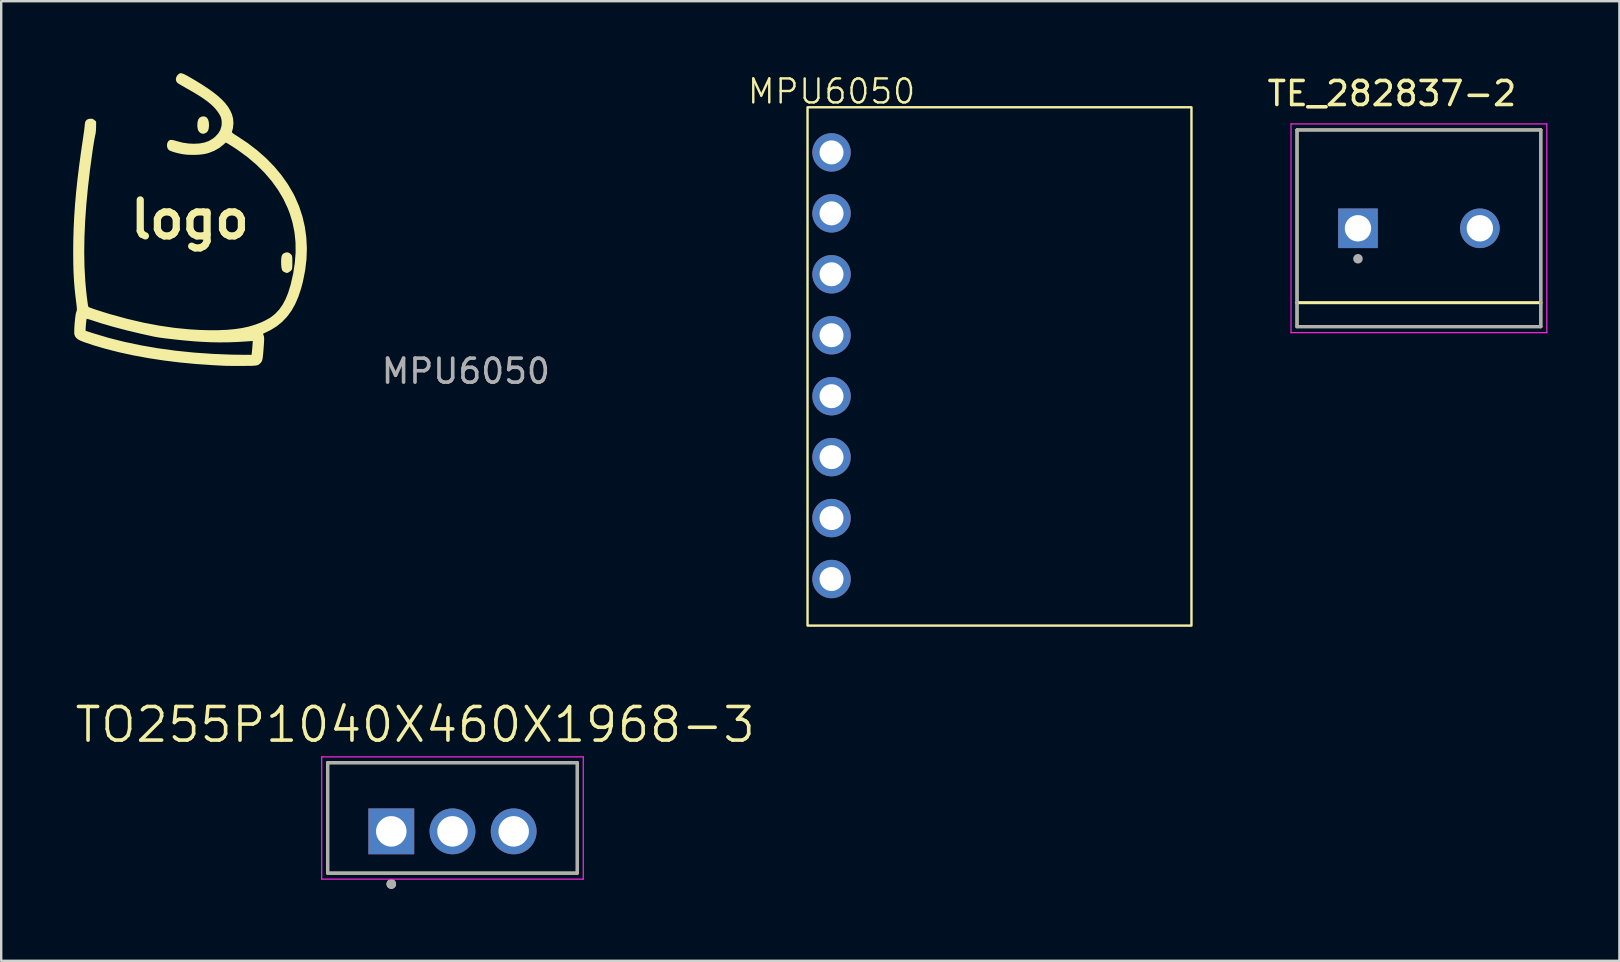
<source format=kicad_pcb>
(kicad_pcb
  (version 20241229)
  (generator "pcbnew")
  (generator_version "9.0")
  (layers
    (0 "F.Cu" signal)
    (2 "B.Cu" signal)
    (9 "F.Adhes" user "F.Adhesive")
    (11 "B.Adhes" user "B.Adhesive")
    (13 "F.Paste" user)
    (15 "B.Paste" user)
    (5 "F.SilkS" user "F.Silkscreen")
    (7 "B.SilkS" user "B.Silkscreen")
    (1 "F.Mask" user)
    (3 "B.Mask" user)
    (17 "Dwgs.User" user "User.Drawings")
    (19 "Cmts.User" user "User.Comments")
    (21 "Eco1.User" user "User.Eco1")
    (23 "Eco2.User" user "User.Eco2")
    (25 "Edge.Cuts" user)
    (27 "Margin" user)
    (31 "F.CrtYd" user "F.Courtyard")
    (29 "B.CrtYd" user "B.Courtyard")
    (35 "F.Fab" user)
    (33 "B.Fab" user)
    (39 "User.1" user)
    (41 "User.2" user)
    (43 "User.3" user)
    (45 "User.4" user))
  (footprint "TO255P1040X460X1968-3"
    (layer "F.Cu")
    (at 13.257 31.597)
    (property "Reference" "TO255P1040X460X1968-3" (at 0.995 -4.444 0) (layer "F.SilkS") (effects (font (size 1.4 1.4) (thickness 0.15))))
    (attr through_hole)
    (fp_line (start -2.65 -2.86) (end 7.75 -2.86) (stroke (width 0.127) (type solid)) (layer "F.SilkS"))
    (fp_line (start -2.65 1.74) (end -2.65 -2.86) (stroke (width 0.127) (type solid)) (layer "F.SilkS"))
    (fp_line (start 7.75 -2.86) (end 7.75 1.74) (stroke (width 0.127) (type solid)) (layer "F.SilkS"))
    (fp_line (start 7.75 1.74) (end -2.65 1.74) (stroke (width 0.127) (type solid)) (layer "F.SilkS"))
    (fp_circle (center 0 2.195) (end 0.1 2.195) (stroke (width 0.2) (type solid)) (fill no) (layer "F.SilkS"))
    (fp_line (start -2.9 -3.106) (end 8 -3.106) (stroke (width 0.05) (type solid)) (layer "F.CrtYd"))
    (fp_line (start -2.9 1.99) (end -2.9 -3.106) (stroke (width 0.05) (type solid)) (layer "F.CrtYd"))
    (fp_line (start 8 -3.106) (end 8 1.99) (stroke (width 0.05) (type solid)) (layer "F.CrtYd"))
    (fp_line (start 8 1.99) (end -2.9 1.99) (stroke (width 0.05) (type solid)) (layer "F.CrtYd"))
    (fp_line (start -2.65 -2.86) (end 7.75 -2.86) (stroke (width 0.127) (type solid)) (layer "F.Fab"))
    (fp_line (start -2.65 1.74) (end -2.65 -2.86) (stroke (width 0.127) (type solid)) (layer "F.Fab"))
    (fp_line (start 7.75 -2.86) (end 7.75 1.74) (stroke (width 0.127) (type solid)) (layer "F.Fab"))
    (fp_line (start 7.75 1.74) (end -2.65 1.74) (stroke (width 0.127) (type solid)) (layer "F.Fab"))
    (fp_circle (center 0 2.195) (end 0.1 2.195) (stroke (width 0.2) (type solid)) (fill no) (layer "F.Fab"))
    (pad "1" thru_hole rect (at 0 0) (size 1.91 1.91) (drill 1.27) (layers "*.Cu" "*.Mask"))
    (pad "2" thru_hole circle (at 2.55 0) (size 1.91 1.91) (drill 1.27) (layers "*.Cu" "*.Mask"))
    (pad "3" thru_hole circle (at 5.1 0) (size 1.91 1.91) (drill 1.27) (layers "*.Cu" "*.Mask")))
  (footprint "MPU6050"
    (layer "F.Cu")
    (at 31.604 10.921)
    (property "Reference" "MPU6050" (at 0 -10.16 0) (unlocked yes) (layer "F.SilkS") (effects (font (size 1 1) (thickness 0.1))))
    (attr smd)
    (fp_rect (start -1 -9.5) (end 15 12.1) (stroke (width 0.1) (type default)) (fill no) (layer "F.SilkS"))
    (fp_text user "${REFERENCE}" (at -15.24 1.5 0) (unlocked yes) (layer "F.Fab") (effects (font (size 1 1) (thickness 0.15))))
    (pad "1" thru_hole circle (at 0 -7.62) (size 1.6 1.6) (drill 1) (layers "*.Cu" "*.Mask"))
    (pad "2" thru_hole circle (at 0 -5.08) (size 1.6 1.6) (drill 1) (layers "*.Cu" "*.Mask"))
    (pad "3" thru_hole circle (at 0 -2.54) (size 1.6 1.6) (drill 1) (layers "*.Cu" "*.Mask"))
    (pad "4" thru_hole circle (at 0 0) (size 1.6 1.6) (drill 1) (layers "*.Cu" "*.Mask"))
    (pad "5" thru_hole circle (at 0 2.54) (size 1.6 1.6) (drill 1) (layers "*.Cu" "*.Mask"))
    (pad "6" thru_hole circle (at 0 5.08) (size 1.6 1.6) (drill 1) (layers "*.Cu" "*.Mask"))
    (pad "7" thru_hole circle (at 0 7.62) (size 1.6 1.6) (drill 1) (layers "*.Cu" "*.Mask"))
    (pad "8" thru_hole circle (at 0 10.16) (size 1.6 1.6) (drill 1) (layers "*.Cu" "*.Mask")))
  (footprint "TE_282837-2"
    (layer "F.Cu")
    (at 56.083 6.464)
    (property "Reference" "TE_282837-2" (at -1.127 -5.615 0) (layer "F.SilkS") (effects (font (size 1.002 1.002) (thickness 0.15))))
    (attr through_hole)
    (fp_line (start -5.08 -4.1) (end 5.08 -4.1) (stroke (width 0.127) (type solid)) (layer "F.SilkS"))
    (fp_line (start -5.08 3.1) (end -5.08 -4.1) (stroke (width 0.127) (type solid)) (layer "F.SilkS"))
    (fp_line (start -5.08 3.1) (end 5.08 3.1) (stroke (width 0.127) (type solid)) (layer "F.SilkS"))
    (fp_line (start -5.08 4.1) (end -5.08 3.1) (stroke (width 0.127) (type solid)) (layer "F.SilkS"))
    (fp_line (start 5.08 -4.1) (end 5.08 3.1) (stroke (width 0.127) (type solid)) (layer "F.SilkS"))
    (fp_line (start 5.08 3.1) (end 5.08 4.1) (stroke (width 0.127) (type solid)) (layer "F.SilkS"))
    (fp_line (start 5.08 4.1) (end -5.08 4.1) (stroke (width 0.127) (type solid)) (layer "F.SilkS"))
    (fp_line (start -5.33 -4.35) (end 5.33 -4.35) (stroke (width 0.05) (type solid)) (layer "F.CrtYd"))
    (fp_line (start -5.33 4.35) (end -5.33 -4.35) (stroke (width 0.05) (type solid)) (layer "F.CrtYd"))
    (fp_line (start 5.33 -4.35) (end 5.33 4.35) (stroke (width 0.05) (type solid)) (layer "F.CrtYd"))
    (fp_line (start 5.33 4.35) (end -5.33 4.35) (stroke (width 0.05) (type solid)) (layer "F.CrtYd"))
    (fp_line (start -5.08 -4.1) (end 5.08 -4.1) (stroke (width 0.127) (type solid)) (layer "F.Fab"))
    (fp_line (start -5.08 4.1) (end -5.08 -4.1) (stroke (width 0.127) (type solid)) (layer "F.Fab"))
    (fp_line (start 5.08 -4.1) (end 5.08 4.1) (stroke (width 0.127) (type solid)) (layer "F.Fab"))
    (fp_line (start 5.08 4.1) (end -5.08 4.1) (stroke (width 0.127) (type solid)) (layer "F.Fab"))
    (fp_circle (center -2.54 1.27) (end -2.44 1.27) (stroke (width 0.2) (type solid)) (fill no) (layer "F.Fab"))
    (pad "1" thru_hole rect (at -2.54 0) (size 1.65 1.65) (drill 1.1) (layers "*.Cu" "*.Mask"))
    (pad "2" thru_hole circle (at 2.54 0) (size 1.65 1.65) (drill 1.1) (layers "*.Cu" "*.Mask")))
  (footprint "logo"
    (layer "F.Cu")
    (at 4.866 6.103)
    (property "Reference" "logo" (at 0 0 0) (layer "F.SilkS") (effects (font (size 1.5 1.5) (thickness 0.3))))
    (attr board_only exclude_from_pos_files exclude_from_bom)
    (fp_poly (pts (xy 0.627 -4.296) (xy 0.7 -4.254) (xy 0.753 -4.178) (xy 0.785 -4.07) (xy 0.795 -3.931) (xy 0.795 -3.93) (xy 0.783 -3.798) (xy 0.75 -3.699) (xy 0.692 -3.63) (xy 0.61 -3.59) (xy 0.571 -3.581) (xy 0.507 -3.581) (xy 0.445 -3.608) (xy 0.429 -3.618) (xy 0.368 -3.675) (xy 0.33 -3.753) (xy 0.311 -3.859) (xy 0.308 -3.93) (xy 0.316 -4.069) (xy 0.346 -4.173) (xy 0.398 -4.246) (xy 0.473 -4.289) (xy 0.536 -4.303)) (stroke (width 0) (type solid)) (fill yes) (layer "F.SilkS"))
    (fp_poly (pts (xy 4.161 1.401) (xy 4.223 1.46) (xy 4.241 1.487) (xy 4.254 1.517) (xy 4.261 1.559) (xy 4.266 1.62) (xy 4.267 1.71) (xy 4.267 1.787) (xy 4.267 1.898) (xy 4.264 1.977) (xy 4.259 2.031) (xy 4.25 2.068) (xy 4.236 2.096) (xy 4.223 2.113) (xy 4.186 2.148) (xy 4.134 2.184) (xy 4.082 2.213) (xy 4.043 2.225) (xy 4.038 2.224) (xy 4.017 2.218) (xy 3.973 2.202) (xy 3.963 2.199) (xy 3.902 2.171) (xy 3.859 2.132) (xy 3.83 2.074) (xy 3.812 1.992) (xy 3.803 1.879) (xy 3.801 1.832) (xy 3.8 1.691) (xy 3.808 1.583) (xy 3.827 1.505) (xy 3.857 1.449) (xy 3.895 1.413) (xy 3.988 1.369) (xy 4.078 1.365)) (stroke (width 0) (type solid)) (fill yes) (layer "F.SilkS"))
    (fp_poly (pts (xy -0.332 -6.095) (xy -0.271 -6.074) (xy -0.193 -6.037) (xy -0.092 -5.983) (xy 0.035 -5.91) (xy 0.153 -5.841) (xy 0.458 -5.657) (xy 0.725 -5.483) (xy 0.958 -5.318) (xy 1.159 -5.159) (xy 1.329 -5.005) (xy 1.471 -4.853) (xy 1.587 -4.703) (xy 1.678 -4.551) (xy 1.748 -4.396) (xy 1.749 -4.395) (xy 1.799 -4.208) (xy 1.813 -4.011) (xy 1.792 -3.814) (xy 1.748 -3.655) (xy 1.754 -3.634) (xy 1.788 -3.601) (xy 1.852 -3.555) (xy 1.949 -3.493) (xy 1.966 -3.483) (xy 2.4 -3.195) (xy 2.803 -2.887) (xy 3.173 -2.561) (xy 3.51 -2.217) (xy 3.811 -1.857) (xy 4.076 -1.483) (xy 4.304 -1.095) (xy 4.374 -0.956) (xy 4.551 -0.549) (xy 4.689 -0.129) (xy 4.789 0.303) (xy 4.85 0.744) (xy 4.873 1.195) (xy 4.857 1.654) (xy 4.801 2.118) (xy 4.707 2.588) (xy 4.63 2.879) (xy 4.516 3.221) (xy 4.382 3.529) (xy 4.226 3.804) (xy 4.047 4.047) (xy 3.844 4.26) (xy 3.616 4.445) (xy 3.362 4.602) (xy 3.195 4.685) (xy 3.046 4.754) (xy 3.074 4.837) (xy 3.084 4.87) (xy 3.09 4.909) (xy 3.092 4.96) (xy 3.091 5.029) (xy 3.087 5.122) (xy 3.078 5.246) (xy 3.071 5.344) (xy 3.058 5.51) (xy 3.046 5.64) (xy 3.035 5.74) (xy 3.022 5.815) (xy 3.008 5.871) (xy 2.991 5.912) (xy 2.97 5.944) (xy 2.946 5.971) (xy 2.91 6.006) (xy 2.878 6.033) (xy 2.843 6.054) (xy 2.8 6.07) (xy 2.745 6.081) (xy 2.672 6.088) (xy 2.577 6.093) (xy 2.454 6.095) (xy 2.299 6.096) (xy 2.185 6.097) (xy 2.027 6.097) (xy 1.876 6.097) (xy 1.738 6.096) (xy 1.62 6.095) (xy 1.529 6.094) (xy 1.472 6.092) (xy 1.47 6.092) (xy 1.407 6.089) (xy 1.312 6.084) (xy 1.195 6.078) (xy 1.065 6.071) (xy 0.939 6.064) (xy 0.252 6.017) (xy -0.423 5.953) (xy -1.084 5.871) (xy -1.727 5.773) (xy -2.348 5.659) (xy -2.944 5.53) (xy -3.511 5.386) (xy -4.045 5.229) (xy -4.415 5.104) (xy -4.556 5.048) (xy -4.661 4.993) (xy -4.736 4.933) (xy -4.787 4.864) (xy -4.815 4.792) (xy -4.821 4.74) (xy -4.823 4.656) (xy -4.822 4.633) (xy -4.349 4.633) (xy -4.027 4.737) (xy -3.399 4.925) (xy -2.739 5.092) (xy -2.049 5.237) (xy -1.334 5.361) (xy -0.596 5.462) (xy 0.161 5.54) (xy 0.934 5.594) (xy 1.72 5.626) (xy 2.146 5.632) (xy 2.567 5.635) (xy 2.579 5.538) (xy 2.586 5.473) (xy 2.594 5.383) (xy 2.603 5.284) (xy 2.605 5.249) (xy 2.619 5.057) (xy 2.428 5.071) (xy 2.002 5.098) (xy 1.604 5.113) (xy 1.221 5.116) (xy 0.841 5.109) (xy 0.451 5.09) (xy 0.337 5.083) (xy 0.147 5.069) (xy -0.058 5.051) (xy -0.27 5.032) (xy -0.485 5.01) (xy -0.695 4.987) (xy -0.896 4.964) (xy -1.08 4.942) (xy -1.242 4.92) (xy -1.375 4.899) (xy -1.475 4.881) (xy -1.477 4.881) (xy -2.093 4.745) (xy -2.669 4.606) (xy -3.206 4.464) (xy -3.704 4.319) (xy -4.113 4.186) (xy -4.192 4.161) (xy -4.257 4.142) (xy -4.297 4.134) (xy -4.305 4.135) (xy -4.311 4.158) (xy -4.318 4.212) (xy -4.327 4.287) (xy -4.335 4.372) (xy -4.342 4.457) (xy -4.346 4.533) (xy -4.348 4.568) (xy -4.349 4.633) (xy -4.822 4.633) (xy -4.82 4.548) (xy -4.813 4.425) (xy -4.803 4.295) (xy -4.791 4.167) (xy -4.777 4.049) (xy -4.762 3.949) (xy -4.747 3.875) (xy -4.737 3.847) (xy -4.725 3.816) (xy -4.716 3.786) (xy -4.713 3.75) (xy -4.713 3.702) (xy -4.719 3.635) (xy -4.729 3.543) (xy -4.744 3.417) (xy -4.748 3.387) (xy -4.781 3.115) (xy -4.807 2.859) (xy -4.828 2.611) (xy -4.843 2.362) (xy -4.855 2.103) (xy -4.862 1.826) (xy -4.865 1.523) (xy -4.866 1.317) (xy -4.861 0.834) (xy -4.847 0.351) (xy -4.823 -0.136) (xy -4.789 -0.634) (xy -4.744 -1.146) (xy -4.687 -1.679) (xy -4.619 -2.237) (xy -4.539 -2.825) (xy -4.483 -3.206) (xy -4.455 -3.394) (xy -4.433 -3.549) (xy -4.415 -3.674) (xy -4.402 -3.776) (xy -4.392 -3.861) (xy -4.385 -3.935) (xy -4.38 -3.999) (xy -4.357 -4.093) (xy -4.304 -4.159) (xy -4.222 -4.197) (xy -4.145 -4.206) (xy -4.073 -4.201) (xy -4.02 -4.18) (xy -3.977 -4.146) (xy -3.91 -4.087) (xy -3.911 -3.866) (xy -3.917 -3.72) (xy -3.931 -3.595) (xy -3.947 -3.521) (xy -3.959 -3.465) (xy -3.976 -3.376) (xy -3.996 -3.262) (xy -4.018 -3.13) (xy -4.04 -2.988) (xy -4.052 -2.908) (xy -4.161 -2.111) (xy -4.25 -1.349) (xy -4.319 -0.621) (xy -4.368 0.073) (xy -4.397 0.734) (xy -4.406 1.362) (xy -4.395 1.958) (xy -4.364 2.523) (xy -4.359 2.593) (xy -4.346 2.744) (xy -4.332 2.899) (xy -4.316 3.052) (xy -4.299 3.199) (xy -4.282 3.334) (xy -4.267 3.451) (xy -4.253 3.544) (xy -4.24 3.608) (xy -4.231 3.637) (xy -4.231 3.638) (xy -4.204 3.652) (xy -4.143 3.675) (xy -4.055 3.707) (xy -3.944 3.745) (xy -3.817 3.787) (xy -3.678 3.831) (xy -3.535 3.876) (xy -3.391 3.92) (xy -3.287 3.951) (xy -2.598 4.139) (xy -1.93 4.295) (xy -1.28 4.418) (xy -0.645 4.511) (xy -0.022 4.572) (xy 0.378 4.596) (xy 0.804 4.609) (xy 1.194 4.607) (xy 1.552 4.592) (xy 1.88 4.561) (xy 2.182 4.516) (xy 2.461 4.455) (xy 2.719 4.378) (xy 2.96 4.285) (xy 3.086 4.227) (xy 3.179 4.179) (xy 3.269 4.13) (xy 3.344 4.086) (xy 3.374 4.067) (xy 3.555 3.922) (xy 3.716 3.751) (xy 3.858 3.551) (xy 3.982 3.319) (xy 4.091 3.053) (xy 4.185 2.752) (xy 4.195 2.716) (xy 4.302 2.249) (xy 4.371 1.797) (xy 4.404 1.361) (xy 4.399 0.938) (xy 4.356 0.528) (xy 4.276 0.129) (xy 4.159 -0.259) (xy 4.072 -0.483) (xy 3.888 -0.872) (xy 3.665 -1.247) (xy 3.404 -1.608) (xy 3.107 -1.955) (xy 2.774 -2.285) (xy 2.405 -2.599) (xy 2.002 -2.895) (xy 1.868 -2.984) (xy 1.779 -3.043) (xy 1.692 -3.097) (xy 1.62 -3.142) (xy 1.579 -3.166) (xy 1.494 -3.214) (xy 1.406 -3.133) (xy 1.222 -2.987) (xy 1.017 -2.87) (xy 0.786 -2.78) (xy 0.702 -2.755) (xy 0.569 -2.728) (xy 0.408 -2.709) (xy 0.23 -2.699) (xy 0.048 -2.698) (xy -0.128 -2.706) (xy -0.285 -2.725) (xy -0.29 -2.725) (xy -0.415 -2.749) (xy -0.542 -2.779) (xy -0.662 -2.812) (xy -0.765 -2.846) (xy -0.842 -2.877) (xy -0.87 -2.892) (xy -0.921 -2.948) (xy -0.951 -3.027) (xy -0.958 -3.114) (xy -0.942 -3.199) (xy -0.903 -3.268) (xy -0.889 -3.282) (xy -0.846 -3.311) (xy -0.798 -3.324) (xy -0.736 -3.321) (xy -0.653 -3.303) (xy -0.561 -3.275) (xy -0.311 -3.209) (xy -0.06 -3.172) (xy 0.163 -3.162) (xy 0.399 -3.174) (xy 0.607 -3.213) (xy 0.79 -3.279) (xy 0.953 -3.375) (xy 1.058 -3.461) (xy 1.181 -3.595) (xy 1.265 -3.737) (xy 1.312 -3.889) (xy 1.323 -3.984) (xy 1.322 -4.113) (xy 1.302 -4.227) (xy 1.257 -4.338) (xy 1.183 -4.459) (xy 1.165 -4.485) (xy 1.078 -4.599) (xy 0.977 -4.709) (xy 0.859 -4.819) (xy 0.721 -4.931) (xy 0.559 -5.047) (xy 0.37 -5.171) (xy 0.15 -5.305) (xy -0.105 -5.451) (xy -0.123 -5.461) (xy -0.235 -5.525) (xy -0.337 -5.585) (xy -0.424 -5.636) (xy -0.488 -5.676) (xy -0.523 -5.701) (xy -0.525 -5.703) (xy -0.573 -5.771) (xy -0.587 -5.852) (xy -0.57 -5.937) (xy -0.523 -6.018) (xy -0.486 -6.054) (xy -0.451 -6.081) (xy -0.417 -6.097) (xy -0.379 -6.103)) (stroke (width 0) (type solid)) (fill yes) (layer "F.SilkS")))
  (gr_rect
    (start -3 -3)
    (end 64.438 36.992)
    (stroke (width 0.1) (type default))
    (fill no)
    (layer "Edge.Cuts")))
</source>
